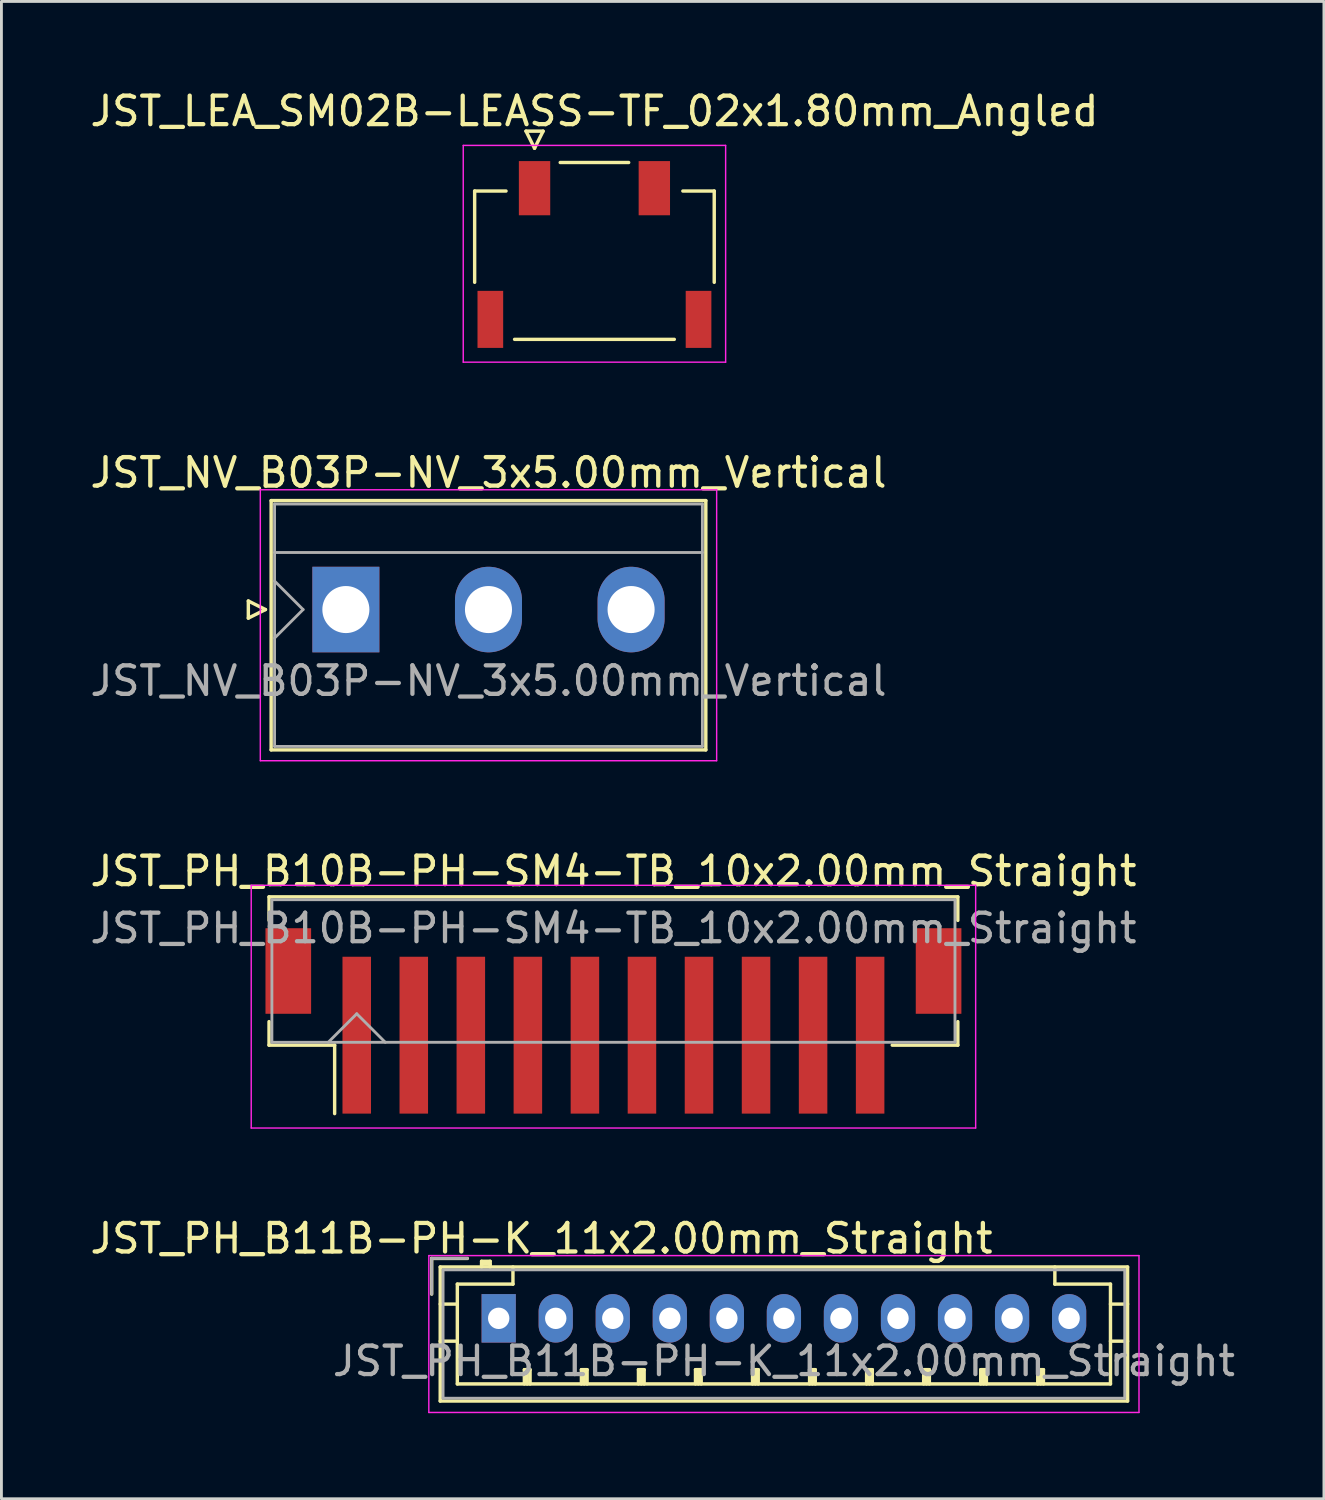
<source format=kicad_pcb>
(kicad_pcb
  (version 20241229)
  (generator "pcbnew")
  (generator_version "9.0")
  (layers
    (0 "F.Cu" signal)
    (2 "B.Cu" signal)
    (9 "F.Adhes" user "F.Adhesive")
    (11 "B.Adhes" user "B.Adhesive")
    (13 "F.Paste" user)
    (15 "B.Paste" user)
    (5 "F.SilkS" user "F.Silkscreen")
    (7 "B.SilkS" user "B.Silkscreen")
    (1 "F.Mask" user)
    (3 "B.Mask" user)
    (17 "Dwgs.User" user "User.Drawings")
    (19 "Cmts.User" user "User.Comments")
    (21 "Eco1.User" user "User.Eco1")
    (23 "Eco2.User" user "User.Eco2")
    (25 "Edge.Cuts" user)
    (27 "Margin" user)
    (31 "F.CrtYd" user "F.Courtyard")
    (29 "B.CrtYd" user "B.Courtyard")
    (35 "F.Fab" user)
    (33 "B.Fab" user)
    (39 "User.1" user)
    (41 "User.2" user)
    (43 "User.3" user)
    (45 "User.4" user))
  (footprint "JST_PH_B10B-PH-SM4-TB_10x2.00mm_Straight"
    (layer "F.Cu")
    (at 18.458 32.12)
    (property "Reference" "JST_PH_B10B-PH-SM4-TB_10x2.00mm_Straight" (at 0 -4.625 0) (layer "F.SilkS") (effects (font (size 1 1) (thickness 0.15))))
    (attr smd)
    (fp_line (start -12.075 -3.725) (end 12.075 -3.725) (stroke (width 0.12) (type solid)) (layer "F.SilkS"))
    (fp_line (start -12.075 -2.9) (end -12.075 -3.725) (stroke (width 0.12) (type solid)) (layer "F.SilkS"))
    (fp_line (start -12.075 0.65) (end -12.075 1.475) (stroke (width 0.12) (type solid)) (layer "F.SilkS"))
    (fp_line (start -12.075 1.475) (end -9.775 1.475) (stroke (width 0.12) (type solid)) (layer "F.SilkS"))
    (fp_line (start -9.775 1.475) (end -9.775 3.875) (stroke (width 0.12) (type solid)) (layer "F.SilkS"))
    (fp_line (start 12.075 -3.725) (end 12.075 -2.9) (stroke (width 0.12) (type solid)) (layer "F.SilkS"))
    (fp_line (start 12.075 0.65) (end 12.075 1.475) (stroke (width 0.12) (type solid)) (layer "F.SilkS"))
    (fp_line (start 12.075 1.475) (end 9.775 1.475) (stroke (width 0.12) (type solid)) (layer "F.SilkS"))
    (fp_line (start -12.7 -4.13) (end -12.7 4.38) (stroke (width 0.05) (type solid)) (layer "F.CrtYd"))
    (fp_line (start -12.7 4.38) (end 12.7 4.38) (stroke (width 0.05) (type solid)) (layer "F.CrtYd"))
    (fp_line (start 12.7 -4.13) (end -12.7 -4.13) (stroke (width 0.05) (type solid)) (layer "F.CrtYd"))
    (fp_line (start 12.7 4.38) (end 12.7 -4.13) (stroke (width 0.05) (type solid)) (layer "F.CrtYd"))
    (fp_line (start -11.975 -3.625) (end -11.975 1.375) (stroke (width 0.1) (type solid)) (layer "F.Fab"))
    (fp_line (start -11.975 1.375) (end 11.975 1.375) (stroke (width 0.1) (type solid)) (layer "F.Fab"))
    (fp_line (start -10 1.375) (end -9 0.375) (stroke (width 0.1) (type solid)) (layer "F.Fab"))
    (fp_line (start -9 0.375) (end -8 1.375) (stroke (width 0.1) (type solid)) (layer "F.Fab"))
    (fp_line (start 11.975 -3.625) (end -11.975 -3.625) (stroke (width 0.1) (type solid)) (layer "F.Fab"))
    (fp_line (start 11.975 1.375) (end 11.975 -3.625) (stroke (width 0.1) (type solid)) (layer "F.Fab"))
    (fp_text user "${REFERENCE}" (at 0 -2.625 0) (layer "F.Fab") (effects (font (size 1 1) (thickness 0.15))))
    (pad "" smd rect (at -11.4 -1.125) (size 1.6 3) (layers "F.Cu" "F.Mask" "F.Paste"))
    (pad "" smd rect (at 11.4 -1.125) (size 1.6 3) (layers "F.Cu" "F.Mask" "F.Paste"))
    (pad "1" smd rect (at -9 1.125) (size 1 5.5) (layers "F.Cu" "F.Mask" "F.Paste"))
    (pad "2" smd rect (at -7 1.125) (size 1 5.5) (layers "F.Cu" "F.Mask" "F.Paste"))
    (pad "3" smd rect (at -5 1.125) (size 1 5.5) (layers "F.Cu" "F.Mask" "F.Paste"))
    (pad "4" smd rect (at -3 1.125) (size 1 5.5) (layers "F.Cu" "F.Mask" "F.Paste"))
    (pad "5" smd rect (at -1 1.125) (size 1 5.5) (layers "F.Cu" "F.Mask" "F.Paste"))
    (pad "6" smd rect (at 1 1.125) (size 1 5.5) (layers "F.Cu" "F.Mask" "F.Paste"))
    (pad "7" smd rect (at 3 1.125) (size 1 5.5) (layers "F.Cu" "F.Mask" "F.Paste"))
    (pad "8" smd rect (at 5 1.125) (size 1 5.5) (layers "F.Cu" "F.Mask" "F.Paste"))
    (pad "9" smd rect (at 7 1.125) (size 1 5.5) (layers "F.Cu" "F.Mask" "F.Paste"))
    (pad "10" smd rect (at 9 1.125) (size 1 5.5) (layers "F.Cu" "F.Mask" "F.Paste")))
  (footprint "JST_NV_B03P-NV_3x5.00mm_Vertical"
    (layer "F.Cu")
    (at 9.077 18.322)
    (property "Reference" "JST_NV_B03P-NV_3x5.00mm_Vertical" (at 5 -4.8 0) (layer "F.SilkS") (effects (font (size 1 1) (thickness 0.15))))
    (attr through_hole)
    (fp_line (start -3.42 -0.3) (end -2.82 0) (stroke (width 0.12) (type solid)) (layer "F.SilkS"))
    (fp_line (start -3.42 0.3) (end -3.42 -0.3) (stroke (width 0.12) (type solid)) (layer "F.SilkS"))
    (fp_line (start -2.82 0) (end -3.42 0.3) (stroke (width 0.12) (type solid)) (layer "F.SilkS"))
    (fp_line (start -2.62 -3.82) (end -2.62 4.92) (stroke (width 0.12) (type solid)) (layer "F.SilkS"))
    (fp_line (start -2.62 4.92) (end 12.62 4.92) (stroke (width 0.12) (type solid)) (layer "F.SilkS"))
    (fp_line (start 12.62 -3.82) (end -2.62 -3.82) (stroke (width 0.12) (type solid)) (layer "F.SilkS"))
    (fp_line (start 12.62 4.92) (end 12.62 -3.82) (stroke (width 0.12) (type solid)) (layer "F.SilkS"))
    (fp_line (start -3 -4.2) (end -3 5.3) (stroke (width 0.05) (type solid)) (layer "F.CrtYd"))
    (fp_line (start -3 5.3) (end 13 5.3) (stroke (width 0.05) (type solid)) (layer "F.CrtYd"))
    (fp_line (start 13 -4.2) (end -3 -4.2) (stroke (width 0.05) (type solid)) (layer "F.CrtYd"))
    (fp_line (start 13 5.3) (end 13 -4.2) (stroke (width 0.05) (type solid)) (layer "F.CrtYd"))
    (fp_line (start -2.5 -3.7) (end -2.5 4.8) (stroke (width 0.1) (type solid)) (layer "F.Fab"))
    (fp_line (start -2.5 -2) (end 12.5 -2) (stroke (width 0.1) (type solid)) (layer "F.Fab"))
    (fp_line (start -2.5 -1) (end -1.5 0) (stroke (width 0.1) (type solid)) (layer "F.Fab"))
    (fp_line (start -2.5 1) (end -1.5 0) (stroke (width 0.1) (type solid)) (layer "F.Fab"))
    (fp_line (start -2.5 4.8) (end 12.5 4.8) (stroke (width 0.1) (type solid)) (layer "F.Fab"))
    (fp_line (start 12.5 -3.7) (end -2.5 -3.7) (stroke (width 0.1) (type solid)) (layer "F.Fab"))
    (fp_line (start 12.5 4.8) (end 12.5 -3.7) (stroke (width 0.1) (type solid)) (layer "F.Fab"))
    (fp_text user "${REFERENCE}" (at 5 2.5 0) (layer "F.Fab") (effects (font (size 1 1) (thickness 0.15))))
    (pad "1" thru_hole rect (at 0 0) (size 2.35 3) (drill 1.65) (layers "*.Cu" "*.Mask"))
    (pad "2" thru_hole oval (at 5 0) (size 2.35 3) (drill 1.65) (layers "*.Cu" "*.Mask"))
    (pad "3" thru_hole oval (at 10 0) (size 2.35 3) (drill 1.65) (layers "*.Cu" "*.Mask")))
  (footprint "JST_LEA_SM02B-LEASS-TF_02x1.80mm_Angled"
    (layer "F.Cu")
    (at 17.792 5.848)
    (property "Reference" "JST_LEA_SM02B-LEASS-TF_02x1.80mm_Angled" (at 0 -5 0) (layer "F.SilkS") (effects (font (size 1 1) (thickness 0.15))))
    (attr smd)
    (fp_line (start -4.2 -2.2) (end -3.1 -2.2) (stroke (width 0.12) (type solid)) (layer "F.SilkS"))
    (fp_line (start -4.2 1) (end -4.2 -2.2) (stroke (width 0.12) (type solid)) (layer "F.SilkS"))
    (fp_line (start -2.4 -4.3) (end -2.1 -3.7) (stroke (width 0.12) (type solid)) (layer "F.SilkS"))
    (fp_line (start -2.1 -3.7) (end -1.8 -4.3) (stroke (width 0.12) (type solid)) (layer "F.SilkS"))
    (fp_line (start -1.8 -4.3) (end -2.4 -4.3) (stroke (width 0.12) (type solid)) (layer "F.SilkS"))
    (fp_line (start 1.2 -3.2) (end -1.2 -3.2) (stroke (width 0.12) (type solid)) (layer "F.SilkS"))
    (fp_line (start 2.8 3) (end -2.8 3) (stroke (width 0.12) (type solid)) (layer "F.SilkS"))
    (fp_line (start 4.2 -2.2) (end 3.1 -2.2) (stroke (width 0.12) (type solid)) (layer "F.SilkS"))
    (fp_line (start 4.2 1) (end 4.2 -2.2) (stroke (width 0.12) (type solid)) (layer "F.SilkS"))
    (fp_line (start -4.6 -3.8) (end 4.6 -3.8) (stroke (width 0.05) (type solid)) (layer "F.CrtYd"))
    (fp_line (start -4.6 3.8) (end -4.6 -3.8) (stroke (width 0.05) (type solid)) (layer "F.CrtYd"))
    (fp_line (start 4.6 -3.8) (end 4.6 3.8) (stroke (width 0.05) (type solid)) (layer "F.CrtYd"))
    (fp_line (start 4.6 3.8) (end -4.6 3.8) (stroke (width 0.05) (type solid)) (layer "F.CrtYd"))
    (pad "" smd rect (at -3.65 2.3) (size 0.9 2) (layers "F.Cu" "F.Mask" "F.Paste"))
    (pad "" smd rect (at 3.65 2.3) (size 0.9 2) (layers "F.Cu" "F.Mask" "F.Paste"))
    (pad "1" smd rect (at -2.1 -2.3) (size 1.1 1.9) (layers "F.Cu" "F.Mask" "F.Paste"))
    (pad "2" smd rect (at 2.1 -2.3) (size 1.1 1.9) (layers "F.Cu" "F.Mask" "F.Paste")))
  (footprint "JST_PH_B11B-PH-K_11x2.00mm_Straight"
    (layer "F.Cu")
    (at 14.435 43.173)
    (property "Reference" "JST_PH_B11B-PH-K_11x2.00mm_Straight" (at 1.5 -2.8 0) (layer "F.SilkS") (effects (font (size 1 1) (thickness 0.15))))
    (attr through_hole)
    (fp_line (start -2.35 -2.1) (end -2.35 -0.85) (stroke (width 0.12) (type solid)) (layer "F.SilkS"))
    (fp_line (start -2.05 -1.8) (end -2.05 2.9) (stroke (width 0.12) (type solid)) (layer "F.SilkS"))
    (fp_line (start -2.05 -0.5) (end -1.45 -0.5) (stroke (width 0.12) (type solid)) (layer "F.SilkS"))
    (fp_line (start -2.05 0.8) (end -1.45 0.8) (stroke (width 0.12) (type solid)) (layer "F.SilkS"))
    (fp_line (start -2.05 2.9) (end 22.05 2.9) (stroke (width 0.12) (type solid)) (layer "F.SilkS"))
    (fp_line (start -1.45 -1.2) (end -1.45 2.3) (stroke (width 0.12) (type solid)) (layer "F.SilkS"))
    (fp_line (start -1.45 2.3) (end 21.45 2.3) (stroke (width 0.12) (type solid)) (layer "F.SilkS"))
    (fp_line (start -1.1 -2.1) (end -2.35 -2.1) (stroke (width 0.12) (type solid)) (layer "F.SilkS"))
    (fp_line (start -0.6 -2) (end -0.6 -1.8) (stroke (width 0.12) (type solid)) (layer "F.SilkS"))
    (fp_line (start -0.3 -2) (end -0.6 -2) (stroke (width 0.12) (type solid)) (layer "F.SilkS"))
    (fp_line (start -0.3 -1.9) (end -0.6 -1.9) (stroke (width 0.12) (type solid)) (layer "F.SilkS"))
    (fp_line (start -0.3 -1.8) (end -0.3 -2) (stroke (width 0.12) (type solid)) (layer "F.SilkS"))
    (fp_line (start 0.5 -1.8) (end 0.5 -1.2) (stroke (width 0.12) (type solid)) (layer "F.SilkS"))
    (fp_line (start 0.5 -1.2) (end -1.45 -1.2) (stroke (width 0.12) (type solid)) (layer "F.SilkS"))
    (fp_line (start 0.9 1.8) (end 1.1 1.8) (stroke (width 0.12) (type solid)) (layer "F.SilkS"))
    (fp_line (start 0.9 2.3) (end 0.9 1.8) (stroke (width 0.12) (type solid)) (layer "F.SilkS"))
    (fp_line (start 1 2.3) (end 1 1.8) (stroke (width 0.12) (type solid)) (layer "F.SilkS"))
    (fp_line (start 1.1 1.8) (end 1.1 2.3) (stroke (width 0.12) (type solid)) (layer "F.SilkS"))
    (fp_line (start 2.9 1.8) (end 3.1 1.8) (stroke (width 0.12) (type solid)) (layer "F.SilkS"))
    (fp_line (start 2.9 2.3) (end 2.9 1.8) (stroke (width 0.12) (type solid)) (layer "F.SilkS"))
    (fp_line (start 3 2.3) (end 3 1.8) (stroke (width 0.12) (type solid)) (layer "F.SilkS"))
    (fp_line (start 3.1 1.8) (end 3.1 2.3) (stroke (width 0.12) (type solid)) (layer "F.SilkS"))
    (fp_line (start 4.9 1.8) (end 5.1 1.8) (stroke (width 0.12) (type solid)) (layer "F.SilkS"))
    (fp_line (start 4.9 2.3) (end 4.9 1.8) (stroke (width 0.12) (type solid)) (layer "F.SilkS"))
    (fp_line (start 5 2.3) (end 5 1.8) (stroke (width 0.12) (type solid)) (layer "F.SilkS"))
    (fp_line (start 5.1 1.8) (end 5.1 2.3) (stroke (width 0.12) (type solid)) (layer "F.SilkS"))
    (fp_line (start 6.9 1.8) (end 7.1 1.8) (stroke (width 0.12) (type solid)) (layer "F.SilkS"))
    (fp_line (start 6.9 2.3) (end 6.9 1.8) (stroke (width 0.12) (type solid)) (layer "F.SilkS"))
    (fp_line (start 7 2.3) (end 7 1.8) (stroke (width 0.12) (type solid)) (layer "F.SilkS"))
    (fp_line (start 7.1 1.8) (end 7.1 2.3) (stroke (width 0.12) (type solid)) (layer "F.SilkS"))
    (fp_line (start 8.9 1.8) (end 9.1 1.8) (stroke (width 0.12) (type solid)) (layer "F.SilkS"))
    (fp_line (start 8.9 2.3) (end 8.9 1.8) (stroke (width 0.12) (type solid)) (layer "F.SilkS"))
    (fp_line (start 9 2.3) (end 9 1.8) (stroke (width 0.12) (type solid)) (layer "F.SilkS"))
    (fp_line (start 9.1 1.8) (end 9.1 2.3) (stroke (width 0.12) (type solid)) (layer "F.SilkS"))
    (fp_line (start 10.9 1.8) (end 11.1 1.8) (stroke (width 0.12) (type solid)) (layer "F.SilkS"))
    (fp_line (start 10.9 2.3) (end 10.9 1.8) (stroke (width 0.12) (type solid)) (layer "F.SilkS"))
    (fp_line (start 11 2.3) (end 11 1.8) (stroke (width 0.12) (type solid)) (layer "F.SilkS"))
    (fp_line (start 11.1 1.8) (end 11.1 2.3) (stroke (width 0.12) (type solid)) (layer "F.SilkS"))
    (fp_line (start 12.9 1.8) (end 13.1 1.8) (stroke (width 0.12) (type solid)) (layer "F.SilkS"))
    (fp_line (start 12.9 2.3) (end 12.9 1.8) (stroke (width 0.12) (type solid)) (layer "F.SilkS"))
    (fp_line (start 13 2.3) (end 13 1.8) (stroke (width 0.12) (type solid)) (layer "F.SilkS"))
    (fp_line (start 13.1 1.8) (end 13.1 2.3) (stroke (width 0.12) (type solid)) (layer "F.SilkS"))
    (fp_line (start 14.9 1.8) (end 15.1 1.8) (stroke (width 0.12) (type solid)) (layer "F.SilkS"))
    (fp_line (start 14.9 2.3) (end 14.9 1.8) (stroke (width 0.12) (type solid)) (layer "F.SilkS"))
    (fp_line (start 15 2.3) (end 15 1.8) (stroke (width 0.12) (type solid)) (layer "F.SilkS"))
    (fp_line (start 15.1 1.8) (end 15.1 2.3) (stroke (width 0.12) (type solid)) (layer "F.SilkS"))
    (fp_line (start 16.9 1.8) (end 17.1 1.8) (stroke (width 0.12) (type solid)) (layer "F.SilkS"))
    (fp_line (start 16.9 2.3) (end 16.9 1.8) (stroke (width 0.12) (type solid)) (layer "F.SilkS"))
    (fp_line (start 17 2.3) (end 17 1.8) (stroke (width 0.12) (type solid)) (layer "F.SilkS"))
    (fp_line (start 17.1 1.8) (end 17.1 2.3) (stroke (width 0.12) (type solid)) (layer "F.SilkS"))
    (fp_line (start 18.9 1.8) (end 19.1 1.8) (stroke (width 0.12) (type solid)) (layer "F.SilkS"))
    (fp_line (start 18.9 2.3) (end 18.9 1.8) (stroke (width 0.12) (type solid)) (layer "F.SilkS"))
    (fp_line (start 19 2.3) (end 19 1.8) (stroke (width 0.12) (type solid)) (layer "F.SilkS"))
    (fp_line (start 19.1 1.8) (end 19.1 2.3) (stroke (width 0.12) (type solid)) (layer "F.SilkS"))
    (fp_line (start 19.5 -1.2) (end 19.5 -1.8) (stroke (width 0.12) (type solid)) (layer "F.SilkS"))
    (fp_line (start 21.45 -1.2) (end 19.5 -1.2) (stroke (width 0.12) (type solid)) (layer "F.SilkS"))
    (fp_line (start 21.45 2.3) (end 21.45 -1.2) (stroke (width 0.12) (type solid)) (layer "F.SilkS"))
    (fp_line (start 22.05 -1.8) (end -2.05 -1.8) (stroke (width 0.12) (type solid)) (layer "F.SilkS"))
    (fp_line (start 22.05 -0.5) (end 21.45 -0.5) (stroke (width 0.12) (type solid)) (layer "F.SilkS"))
    (fp_line (start 22.05 0.8) (end 21.45 0.8) (stroke (width 0.12) (type solid)) (layer "F.SilkS"))
    (fp_line (start 22.05 2.9) (end 22.05 -1.8) (stroke (width 0.12) (type solid)) (layer "F.SilkS"))
    (fp_line (start -2.45 -2.2) (end -2.45 3.3) (stroke (width 0.05) (type solid)) (layer "F.CrtYd"))
    (fp_line (start -2.45 3.3) (end 22.45 3.3) (stroke (width 0.05) (type solid)) (layer "F.CrtYd"))
    (fp_line (start 22.45 -2.2) (end -2.45 -2.2) (stroke (width 0.05) (type solid)) (layer "F.CrtYd"))
    (fp_line (start 22.45 3.3) (end 22.45 -2.2) (stroke (width 0.05) (type solid)) (layer "F.CrtYd"))
    (fp_line (start -2.35 -2.1) (end -2.35 -0.85) (stroke (width 0.1) (type solid)) (layer "F.Fab"))
    (fp_line (start -1.95 -1.7) (end -1.95 2.8) (stroke (width 0.1) (type solid)) (layer "F.Fab"))
    (fp_line (start -1.95 2.8) (end 21.95 2.8) (stroke (width 0.1) (type solid)) (layer "F.Fab"))
    (fp_line (start -1.1 -2.1) (end -2.35 -2.1) (stroke (width 0.1) (type solid)) (layer "F.Fab"))
    (fp_line (start 21.95 -1.7) (end -1.95 -1.7) (stroke (width 0.1) (type solid)) (layer "F.Fab"))
    (fp_line (start 21.95 2.8) (end 21.95 -1.7) (stroke (width 0.1) (type solid)) (layer "F.Fab"))
    (fp_text user "${REFERENCE}" (at 10 1.5 0) (layer "F.Fab") (effects (font (size 1 1) (thickness 0.15))))
    (pad "1" thru_hole rect (at 0 0) (size 1.2 1.7) (drill 0.75) (layers "*.Cu" "*.Mask"))
    (pad "2" thru_hole oval (at 2 0) (size 1.2 1.7) (drill 0.75) (layers "*.Cu" "*.Mask"))
    (pad "3" thru_hole oval (at 4 0) (size 1.2 1.7) (drill 0.75) (layers "*.Cu" "*.Mask"))
    (pad "4" thru_hole oval (at 6 0) (size 1.2 1.7) (drill 0.75) (layers "*.Cu" "*.Mask"))
    (pad "5" thru_hole oval (at 8 0) (size 1.2 1.7) (drill 0.75) (layers "*.Cu" "*.Mask"))
    (pad "6" thru_hole oval (at 10 0) (size 1.2 1.7) (drill 0.75) (layers "*.Cu" "*.Mask"))
    (pad "7" thru_hole oval (at 12 0) (size 1.2 1.7) (drill 0.75) (layers "*.Cu" "*.Mask"))
    (pad "8" thru_hole oval (at 14 0) (size 1.2 1.7) (drill 0.75) (layers "*.Cu" "*.Mask"))
    (pad "9" thru_hole oval (at 16 0) (size 1.2 1.7) (drill 0.75) (layers "*.Cu" "*.Mask"))
    (pad "10" thru_hole oval (at 18 0) (size 1.2 1.7) (drill 0.75) (layers "*.Cu" "*.Mask"))
    (pad "11" thru_hole oval (at 20 0) (size 1.2 1.7) (drill 0.75) (layers "*.Cu" "*.Mask")))
  (gr_rect
    (start -3 -3)
    (end 43.369 49.498)
    (stroke (width 0.1) (type default))
    (fill no)
    (layer "Edge.Cuts")))
</source>
